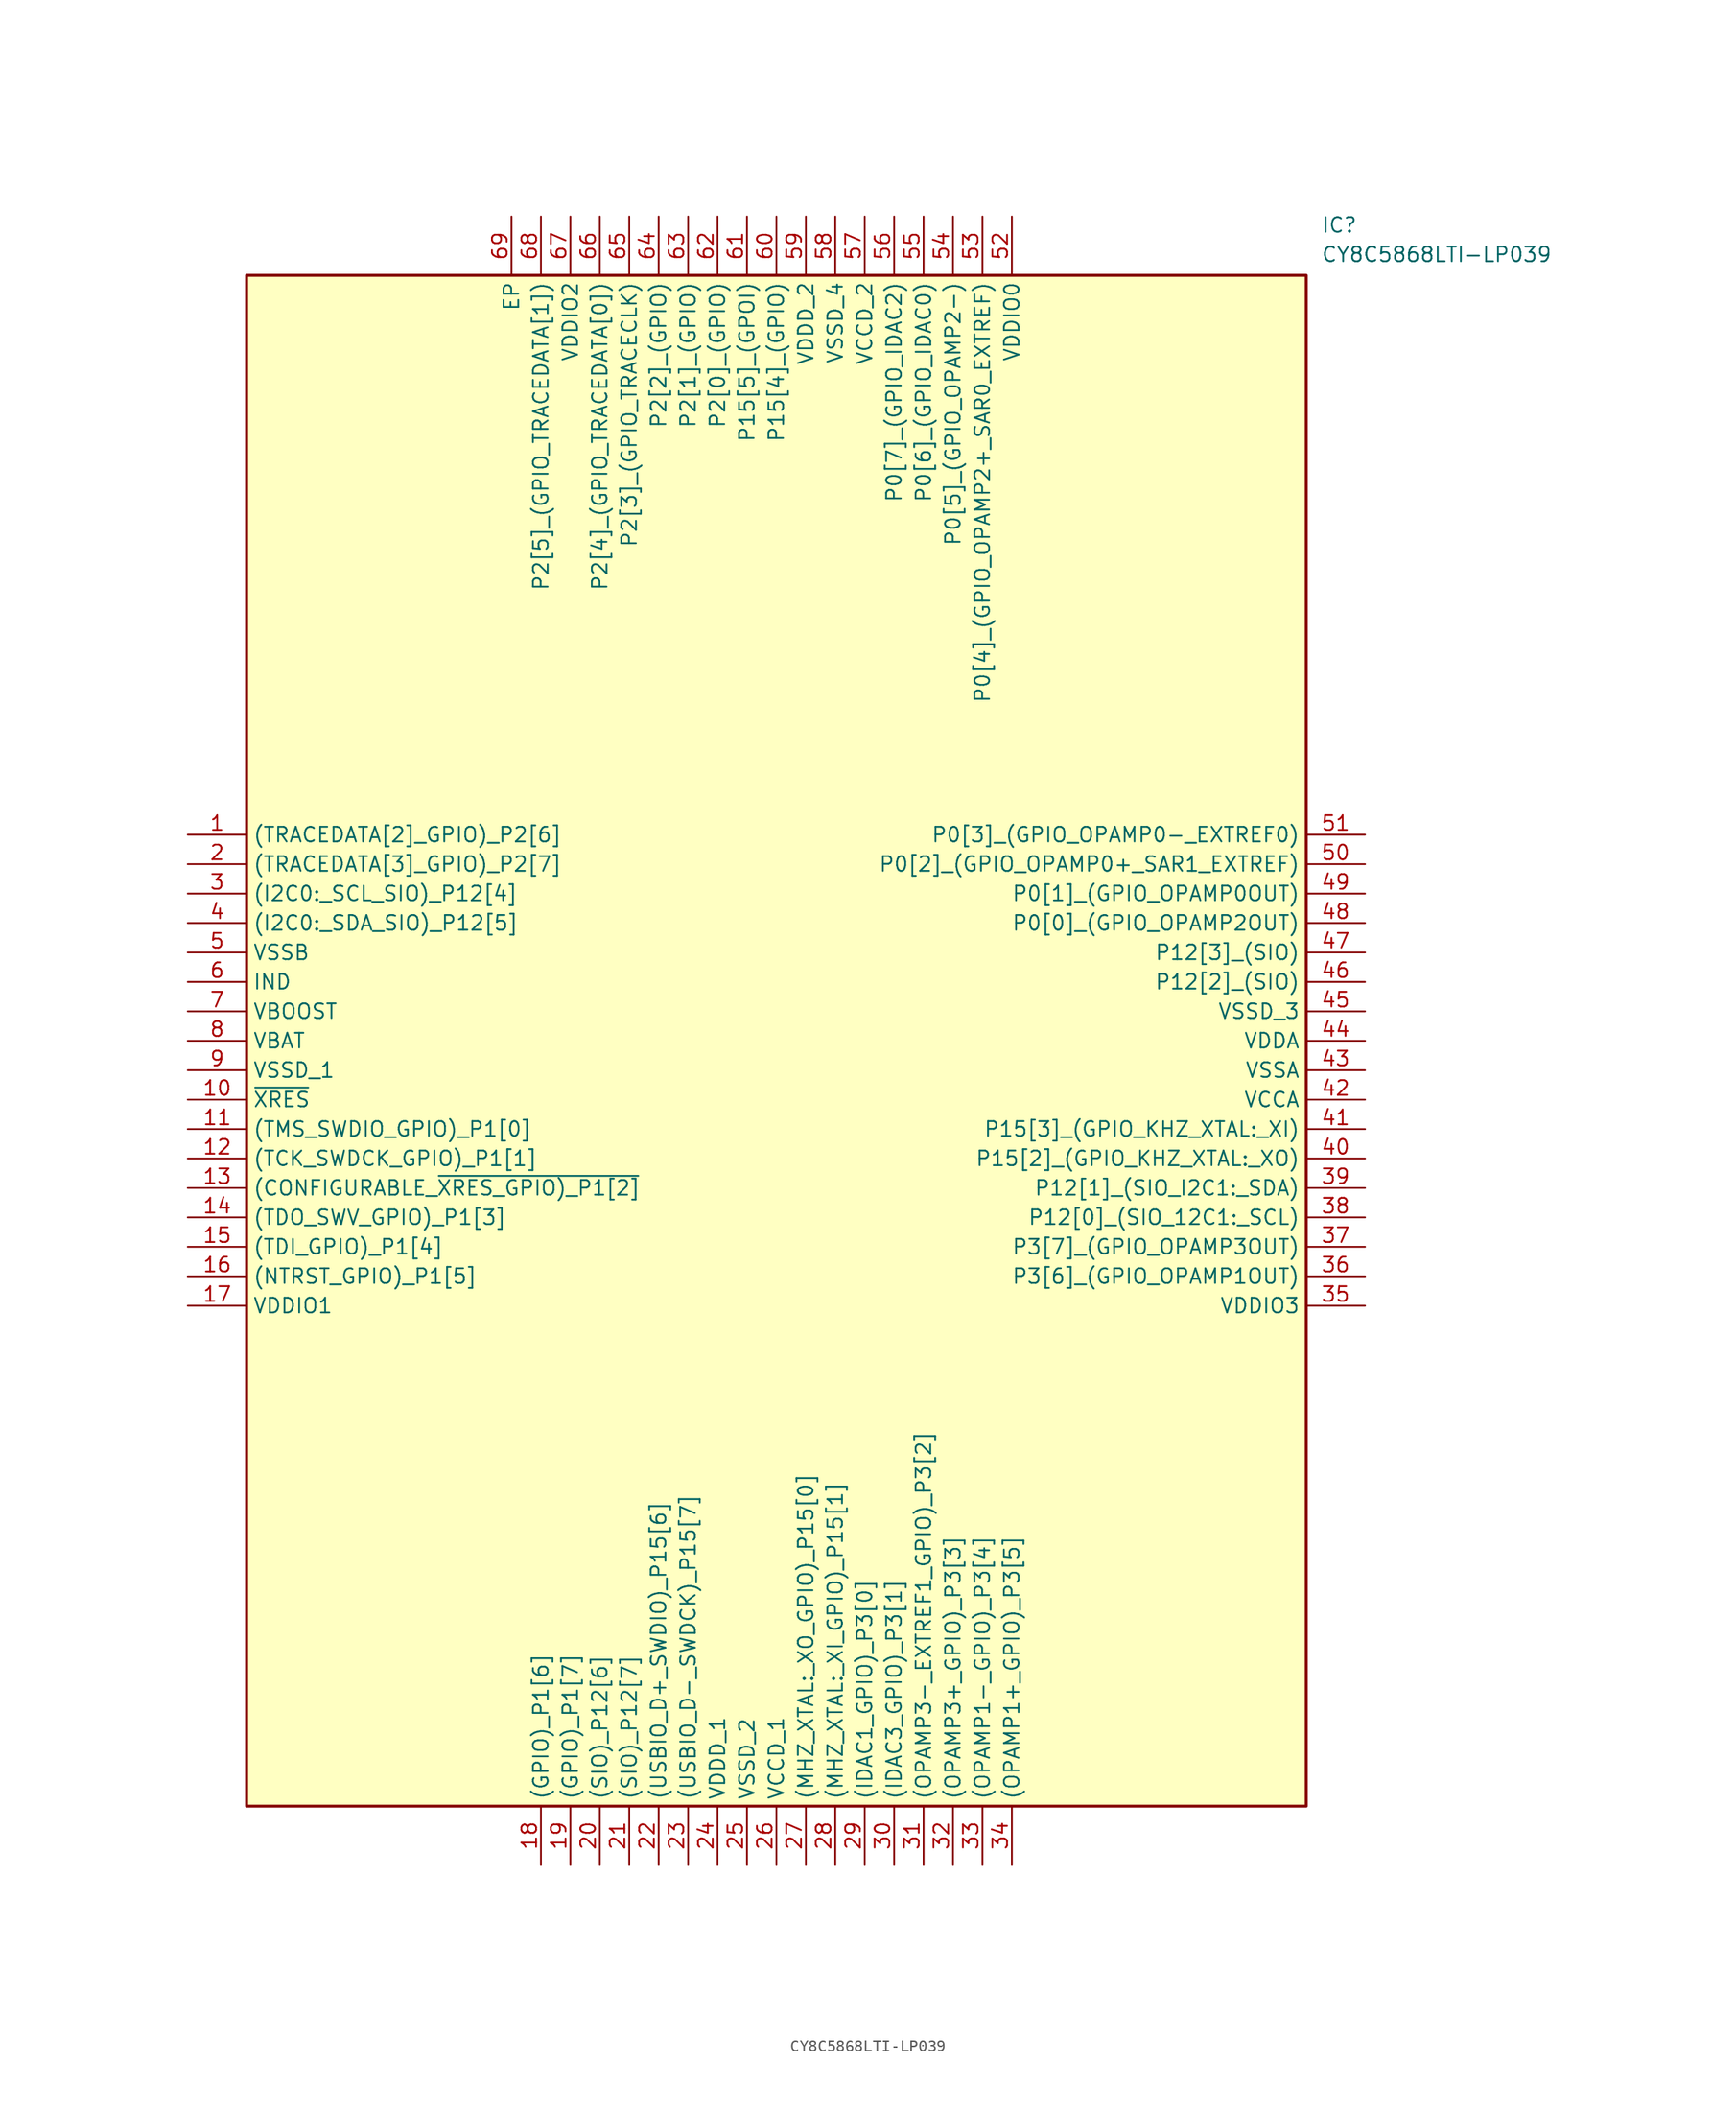
<source format=kicad_sym>
(kicad_symbol_lib
  (version 20211014)
  (generator SamacSys_ECAD_Model)
  (symbol "CY8C5868LTI-LP039"
    (property "Reference" "IC"
      (at 97.79 53.34 0)
      (effects (font (size 1.27 1.27)) (justify left top)))
    (property "Value" "CY8C5868LTI-LP039"
      (at 97.79 50.8 0)
      (effects (font (size 1.27 1.27)) (justify left top)))
    (rectangle
      (start 5.08 48.26)
      (end 96.52 -83.82)
      (stroke (width 0.254) (type default))
      (fill (type background)))
    (pin passive line
      (at 0 0 0)
      (length 5.08)
      (name "(TRACEDATA[2]_GPIO)_P2[6]" (effects (font (size 1.27 1.27))))
      (number "1" (effects (font (size 1.27 1.27)))))
    (pin passive line
      (at 0 -2.54 0)
      (length 5.08)
      (name "(TRACEDATA[3]_GPIO)_P2[7]" (effects (font (size 1.27 1.27))))
      (number "2" (effects (font (size 1.27 1.27)))))
    (pin passive line
      (at 0 -5.08 0)
      (length 5.08)
      (name "(I2C0:_SCL_SIO)_P12[4]" (effects (font (size 1.27 1.27))))
      (number "3" (effects (font (size 1.27 1.27)))))
    (pin passive line
      (at 0 -7.62 0)
      (length 5.08)
      (name "(I2C0:_SDA_SIO)_P12[5]" (effects (font (size 1.27 1.27))))
      (number "4" (effects (font (size 1.27 1.27)))))
    (pin passive line
      (at 0 -10.16 0)
      (length 5.08)
      (name "VSSB" (effects (font (size 1.27 1.27))))
      (number "5" (effects (font (size 1.27 1.27)))))
    (pin passive line
      (at 0 -12.7 0)
      (length 5.08)
      (name "IND" (effects (font (size 1.27 1.27))))
      (number "6" (effects (font (size 1.27 1.27)))))
    (pin passive line
      (at 0 -15.24 0)
      (length 5.08)
      (name "VBOOST" (effects (font (size 1.27 1.27))))
      (number "7" (effects (font (size 1.27 1.27)))))
    (pin passive line
      (at 0 -17.78 0)
      (length 5.08)
      (name "VBAT" (effects (font (size 1.27 1.27))))
      (number "8" (effects (font (size 1.27 1.27)))))
    (pin passive line
      (at 0 -20.32 0)
      (length 5.08)
      (name "VSSD_1" (effects (font (size 1.27 1.27))))
      (number "9" (effects (font (size 1.27 1.27)))))
    (pin passive line
      (at 0 -22.86 0)
      (length 5.08)
      (name "~{XRES}" (effects (font (size 1.27 1.27))))
      (number "10" (effects (font (size 1.27 1.27)))))
    (pin passive line
      (at 0 -25.4 0)
      (length 5.08)
      (name "(TMS_SWDIO_GPIO)_P1[0]" (effects (font (size 1.27 1.27))))
      (number "11" (effects (font (size 1.27 1.27)))))
    (pin passive line
      (at 0 -27.94 0)
      (length 5.08)
      (name "(TCK_SWDCK_GPIO)_P1[1]" (effects (font (size 1.27 1.27))))
      (number "12" (effects (font (size 1.27 1.27)))))
    (pin passive line
      (at 0 -30.48 0)
      (length 5.08)
      (name "(CONFIGURABLE_~{XRES_GPIO)_P1[2]}" (effects (font (size 1.27 1.27))))
      (number "13" (effects (font (size 1.27 1.27)))))
    (pin passive line
      (at 0 -33.02 0)
      (length 5.08)
      (name "(TDO_SWV_GPIO)_P1[3]" (effects (font (size 1.27 1.27))))
      (number "14" (effects (font (size 1.27 1.27)))))
    (pin passive line
      (at 0 -35.56 0)
      (length 5.08)
      (name "(TDI_GPIO)_P1[4]" (effects (font (size 1.27 1.27))))
      (number "15" (effects (font (size 1.27 1.27)))))
    (pin passive line
      (at 0 -38.1 0)
      (length 5.08)
      (name "(NTRST_GPIO)_P1[5]" (effects (font (size 1.27 1.27))))
      (number "16" (effects (font (size 1.27 1.27)))))
    (pin passive line
      (at 0 -40.64 0)
      (length 5.08)
      (name "VDDIO1" (effects (font (size 1.27 1.27))))
      (number "17" (effects (font (size 1.27 1.27)))))
    (pin passive line
      (at 30.48 -88.9 90)
      (length 5.08)
      (name "(GPIO)_P1[6]" (effects (font (size 1.27 1.27))))
      (number "18" (effects (font (size 1.27 1.27)))))
    (pin passive line
      (at 33.02 -88.9 90)
      (length 5.08)
      (name "(GPIO)_P1[7]" (effects (font (size 1.27 1.27))))
      (number "19" (effects (font (size 1.27 1.27)))))
    (pin passive line
      (at 35.56 -88.9 90)
      (length 5.08)
      (name "(SIO)_P12[6]" (effects (font (size 1.27 1.27))))
      (number "20" (effects (font (size 1.27 1.27)))))
    (pin passive line
      (at 38.1 -88.9 90)
      (length 5.08)
      (name "(SIO)_P12[7]" (effects (font (size 1.27 1.27))))
      (number "21" (effects (font (size 1.27 1.27)))))
    (pin passive line
      (at 40.64 -88.9 90)
      (length 5.08)
      (name "(USBIO_D+_SWDIO)_P15[6]" (effects (font (size 1.27 1.27))))
      (number "22" (effects (font (size 1.27 1.27)))))
    (pin passive line
      (at 43.18 -88.9 90)
      (length 5.08)
      (name "(USBIO_D-_SWDCK)_P15[7]" (effects (font (size 1.27 1.27))))
      (number "23" (effects (font (size 1.27 1.27)))))
    (pin passive line
      (at 45.72 -88.9 90)
      (length 5.08)
      (name "VDDD_1" (effects (font (size 1.27 1.27))))
      (number "24" (effects (font (size 1.27 1.27)))))
    (pin passive line
      (at 48.26 -88.9 90)
      (length 5.08)
      (name "VSSD_2" (effects (font (size 1.27 1.27))))
      (number "25" (effects (font (size 1.27 1.27)))))
    (pin passive line
      (at 50.8 -88.9 90)
      (length 5.08)
      (name "VCCD_1" (effects (font (size 1.27 1.27))))
      (number "26" (effects (font (size 1.27 1.27)))))
    (pin passive line
      (at 53.34 -88.9 90)
      (length 5.08)
      (name "(MHZ_XTAL:_XO_GPIO)_P15[0]" (effects (font (size 1.27 1.27))))
      (number "27" (effects (font (size 1.27 1.27)))))
    (pin passive line
      (at 55.88 -88.9 90)
      (length 5.08)
      (name "(MHZ_XTAL:_XI_GPIO)_P15[1]" (effects (font (size 1.27 1.27))))
      (number "28" (effects (font (size 1.27 1.27)))))
    (pin passive line
      (at 58.42 -88.9 90)
      (length 5.08)
      (name "(IDAC1_GPIO)_P3[0]" (effects (font (size 1.27 1.27))))
      (number "29" (effects (font (size 1.27 1.27)))))
    (pin passive line
      (at 60.96 -88.9 90)
      (length 5.08)
      (name "(IDAC3_GPIO)_P3[1]" (effects (font (size 1.27 1.27))))
      (number "30" (effects (font (size 1.27 1.27)))))
    (pin passive line
      (at 63.5 -88.9 90)
      (length 5.08)
      (name "(OPAMP3-_EXTREF1_GPIO)_P3[2]" (effects (font (size 1.27 1.27))))
      (number "31" (effects (font (size 1.27 1.27)))))
    (pin passive line
      (at 66.04 -88.9 90)
      (length 5.08)
      (name "(OPAMP3+_GPIO)_P3[3]" (effects (font (size 1.27 1.27))))
      (number "32" (effects (font (size 1.27 1.27)))))
    (pin passive line
      (at 68.58 -88.9 90)
      (length 5.08)
      (name "(OPAMP1-_GPIO)_P3[4]" (effects (font (size 1.27 1.27))))
      (number "33" (effects (font (size 1.27 1.27)))))
    (pin passive line
      (at 71.12 -88.9 90)
      (length 5.08)
      (name "(OPAMP1+_GPIO)_P3[5]" (effects (font (size 1.27 1.27))))
      (number "34" (effects (font (size 1.27 1.27)))))
    (pin passive line
      (at 101.6 0 180)
      (length 5.08)
      (name "P0[3]_(GPIO_OPAMP0-_EXTREF0)" (effects (font (size 1.27 1.27))))
      (number "51" (effects (font (size 1.27 1.27)))))
    (pin passive line
      (at 101.6 -2.54 180)
      (length 5.08)
      (name "P0[2]_(GPIO_OPAMP0+_SAR1_EXTREF)" (effects (font (size 1.27 1.27))))
      (number "50" (effects (font (size 1.27 1.27)))))
    (pin passive line
      (at 101.6 -5.08 180)
      (length 5.08)
      (name "P0[1]_(GPIO_OPAMP0OUT)" (effects (font (size 1.27 1.27))))
      (number "49" (effects (font (size 1.27 1.27)))))
    (pin passive line
      (at 101.6 -7.62 180)
      (length 5.08)
      (name "P0[0]_(GPIO_OPAMP2OUT)" (effects (font (size 1.27 1.27))))
      (number "48" (effects (font (size 1.27 1.27)))))
    (pin passive line
      (at 101.6 -10.16 180)
      (length 5.08)
      (name "P12[3]_(SIO)" (effects (font (size 1.27 1.27))))
      (number "47" (effects (font (size 1.27 1.27)))))
    (pin passive line
      (at 101.6 -12.7 180)
      (length 5.08)
      (name "P12[2]_(SIO)" (effects (font (size 1.27 1.27))))
      (number "46" (effects (font (size 1.27 1.27)))))
    (pin passive line
      (at 101.6 -15.24 180)
      (length 5.08)
      (name "VSSD_3" (effects (font (size 1.27 1.27))))
      (number "45" (effects (font (size 1.27 1.27)))))
    (pin passive line
      (at 101.6 -17.78 180)
      (length 5.08)
      (name "VDDA" (effects (font (size 1.27 1.27))))
      (number "44" (effects (font (size 1.27 1.27)))))
    (pin passive line
      (at 101.6 -20.32 180)
      (length 5.08)
      (name "VSSA" (effects (font (size 1.27 1.27))))
      (number "43" (effects (font (size 1.27 1.27)))))
    (pin passive line
      (at 101.6 -22.86 180)
      (length 5.08)
      (name "VCCA" (effects (font (size 1.27 1.27))))
      (number "42" (effects (font (size 1.27 1.27)))))
    (pin passive line
      (at 101.6 -25.4 180)
      (length 5.08)
      (name "P15[3]_(GPIO_KHZ_XTAL:_XI)" (effects (font (size 1.27 1.27))))
      (number "41" (effects (font (size 1.27 1.27)))))
    (pin passive line
      (at 101.6 -27.94 180)
      (length 5.08)
      (name "P15[2]_(GPIO_KHZ_XTAL:_XO)" (effects (font (size 1.27 1.27))))
      (number "40" (effects (font (size 1.27 1.27)))))
    (pin passive line
      (at 101.6 -30.48 180)
      (length 5.08)
      (name "P12[1]_(SIO_I2C1:_SDA)" (effects (font (size 1.27 1.27))))
      (number "39" (effects (font (size 1.27 1.27)))))
    (pin passive line
      (at 101.6 -33.02 180)
      (length 5.08)
      (name "P12[0]_(SIO_12C1:_SCL)" (effects (font (size 1.27 1.27))))
      (number "38" (effects (font (size 1.27 1.27)))))
    (pin passive line
      (at 101.6 -35.56 180)
      (length 5.08)
      (name "P3[7]_(GPIO_OPAMP3OUT)" (effects (font (size 1.27 1.27))))
      (number "37" (effects (font (size 1.27 1.27)))))
    (pin passive line
      (at 101.6 -38.1 180)
      (length 5.08)
      (name "P3[6]_(GPIO_OPAMP1OUT)" (effects (font (size 1.27 1.27))))
      (number "36" (effects (font (size 1.27 1.27)))))
    (pin passive line
      (at 101.6 -40.64 180)
      (length 5.08)
      (name "VDDIO3" (effects (font (size 1.27 1.27))))
      (number "35" (effects (font (size 1.27 1.27)))))
    (pin passive line
      (at 27.94 53.34 270)
      (length 5.08)
      (name "EP" (effects (font (size 1.27 1.27))))
      (number "69" (effects (font (size 1.27 1.27)))))
    (pin passive line
      (at 30.48 53.34 270)
      (length 5.08)
      (name "P2[5]_(GPIO_TRACEDATA[1])" (effects (font (size 1.27 1.27))))
      (number "68" (effects (font (size 1.27 1.27)))))
    (pin passive line
      (at 33.02 53.34 270)
      (length 5.08)
      (name "VDDIO2" (effects (font (size 1.27 1.27))))
      (number "67" (effects (font (size 1.27 1.27)))))
    (pin passive line
      (at 35.56 53.34 270)
      (length 5.08)
      (name "P2[4]_(GPIO_TRACEDATA[0])" (effects (font (size 1.27 1.27))))
      (number "66" (effects (font (size 1.27 1.27)))))
    (pin passive line
      (at 38.1 53.34 270)
      (length 5.08)
      (name "P2[3]_(GPIO_TRACECLK)" (effects (font (size 1.27 1.27))))
      (number "65" (effects (font (size 1.27 1.27)))))
    (pin passive line
      (at 40.64 53.34 270)
      (length 5.08)
      (name "P2[2]_(GPIO)" (effects (font (size 1.27 1.27))))
      (number "64" (effects (font (size 1.27 1.27)))))
    (pin passive line
      (at 43.18 53.34 270)
      (length 5.08)
      (name "P2[1]_(GPIO)" (effects (font (size 1.27 1.27))))
      (number "63" (effects (font (size 1.27 1.27)))))
    (pin passive line
      (at 45.72 53.34 270)
      (length 5.08)
      (name "P2[0]_(GPIO)" (effects (font (size 1.27 1.27))))
      (number "62" (effects (font (size 1.27 1.27)))))
    (pin passive line
      (at 48.26 53.34 270)
      (length 5.08)
      (name "P15[5]_(GPOI)" (effects (font (size 1.27 1.27))))
      (number "61" (effects (font (size 1.27 1.27)))))
    (pin passive line
      (at 50.8 53.34 270)
      (length 5.08)
      (name "P15[4]_(GPIO)" (effects (font (size 1.27 1.27))))
      (number "60" (effects (font (size 1.27 1.27)))))
    (pin passive line
      (at 53.34 53.34 270)
      (length 5.08)
      (name "VDDD_2" (effects (font (size 1.27 1.27))))
      (number "59" (effects (font (size 1.27 1.27)))))
    (pin passive line
      (at 55.88 53.34 270)
      (length 5.08)
      (name "VSSD_4" (effects (font (size 1.27 1.27))))
      (number "58" (effects (font (size 1.27 1.27)))))
    (pin passive line
      (at 58.42 53.34 270)
      (length 5.08)
      (name "VCCD_2" (effects (font (size 1.27 1.27))))
      (number "57" (effects (font (size 1.27 1.27)))))
    (pin passive line
      (at 60.96 53.34 270)
      (length 5.08)
      (name "P0[7]_(GPIO_IDAC2)" (effects (font (size 1.27 1.27))))
      (number "56" (effects (font (size 1.27 1.27)))))
    (pin passive line
      (at 63.5 53.34 270)
      (length 5.08)
      (name "P0[6]_(GPIO_IDAC0)" (effects (font (size 1.27 1.27))))
      (number "55" (effects (font (size 1.27 1.27)))))
    (pin passive line
      (at 66.04 53.34 270)
      (length 5.08)
      (name "P0[5]_(GPIO_OPAMP2-)" (effects (font (size 1.27 1.27))))
      (number "54" (effects (font (size 1.27 1.27)))))
    (pin passive line
      (at 68.58 53.34 270)
      (length 5.08)
      (name "P0[4]_(GPIO_OPAMP2+_SAR0_EXTREF)" (effects (font (size 1.27 1.27))))
      (number "53" (effects (font (size 1.27 1.27)))))
    (pin passive line
      (at 71.12 53.34 270)
      (length 5.08)
      (name "VDDIO0" (effects (font (size 1.27 1.27))))
      (number "52" (effects (font (size 1.27 1.27)))))))
</source>
